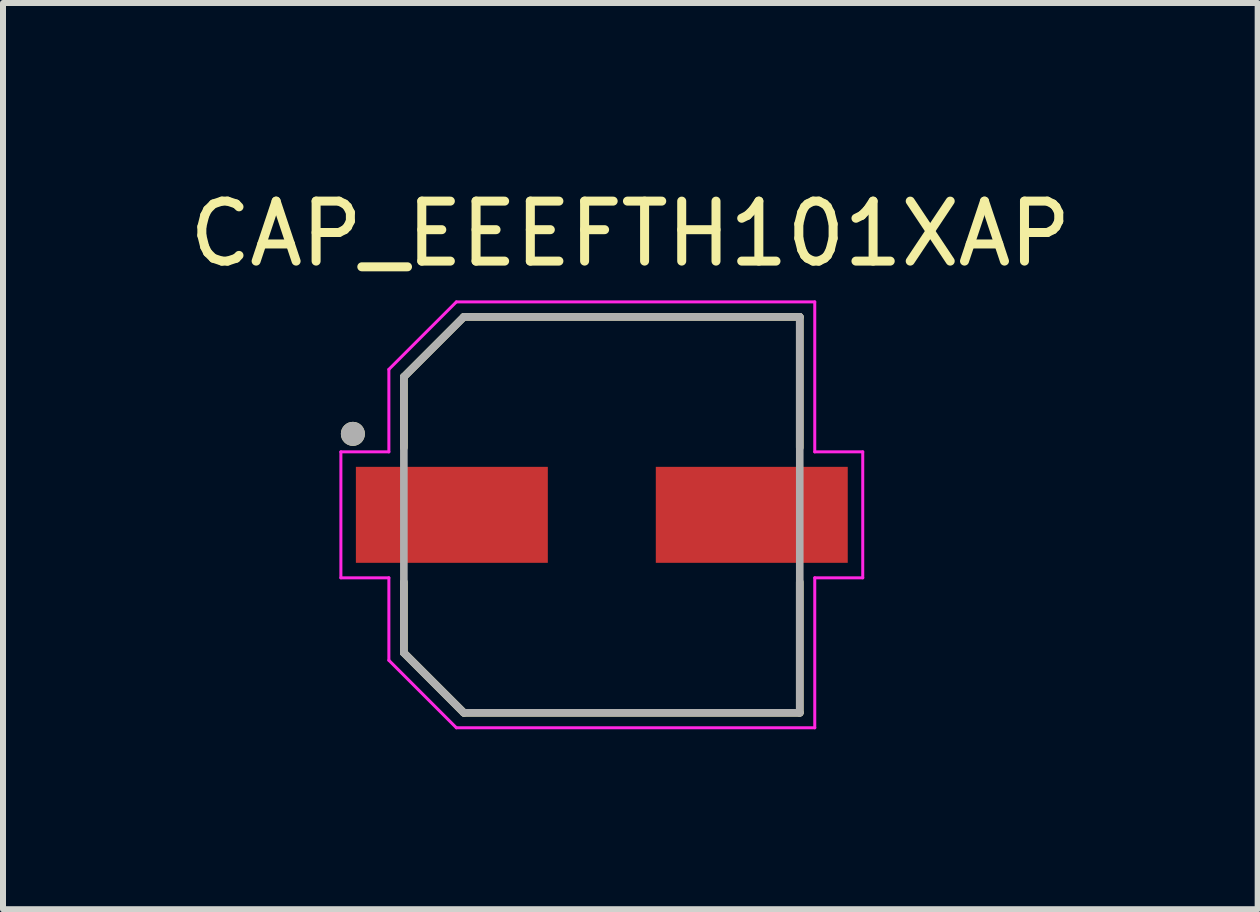
<source format=kicad_pcb>
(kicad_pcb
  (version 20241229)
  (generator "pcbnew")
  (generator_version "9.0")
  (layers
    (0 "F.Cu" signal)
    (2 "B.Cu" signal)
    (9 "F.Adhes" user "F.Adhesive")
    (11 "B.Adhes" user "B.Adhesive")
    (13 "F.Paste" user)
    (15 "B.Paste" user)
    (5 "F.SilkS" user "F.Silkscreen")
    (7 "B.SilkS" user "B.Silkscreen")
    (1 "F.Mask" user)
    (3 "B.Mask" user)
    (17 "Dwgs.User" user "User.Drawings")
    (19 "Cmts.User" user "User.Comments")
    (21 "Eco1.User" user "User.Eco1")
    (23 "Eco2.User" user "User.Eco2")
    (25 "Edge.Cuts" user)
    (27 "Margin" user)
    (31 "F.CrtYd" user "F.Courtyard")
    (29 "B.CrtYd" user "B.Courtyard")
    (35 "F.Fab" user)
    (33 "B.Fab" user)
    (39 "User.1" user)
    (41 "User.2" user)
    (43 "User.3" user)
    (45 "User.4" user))
  (footprint "CAP_EEEFTH101XAP"
    (layer "F.Cu")
    (at 6.983 5.533)
    (property "Reference" "CAP_EEEFTH101XAP" (at 0.475 -4.685 0) (layer "F.SilkS") (effects (font (size 1 1) (thickness 0.15))))
    (attr smd)
    (fp_line (start -3.3 -2.3) (end -3.3 -1.12) (stroke (width 0.127) (type solid)) (layer "F.SilkS"))
    (fp_line (start -3.3 1.12) (end -3.3 2.3) (stroke (width 0.127) (type solid)) (layer "F.SilkS"))
    (fp_line (start -3.3 2.3) (end -2.3 3.3) (stroke (width 0.127) (type solid)) (layer "F.SilkS"))
    (fp_line (start -2.3 -3.3) (end -3.3 -2.3) (stroke (width 0.127) (type solid)) (layer "F.SilkS"))
    (fp_line (start -2.3 3.3) (end 3.3 3.3) (stroke (width 0.127) (type solid)) (layer "F.SilkS"))
    (fp_line (start 3.3 -3.3) (end -2.3 -3.3) (stroke (width 0.127) (type solid)) (layer "F.SilkS"))
    (fp_line (start 3.3 -1.12) (end 3.3 -3.3) (stroke (width 0.127) (type solid)) (layer "F.SilkS"))
    (fp_line (start 3.3 3.3) (end 3.3 1.12) (stroke (width 0.127) (type solid)) (layer "F.SilkS"))
    (fp_circle (center -4.15 -1.35) (end -4.05 -1.35) (stroke (width 0.2) (type solid)) (fill no) (layer "F.SilkS"))
    (fp_line (start -4.35 -1.05) (end -3.55 -1.05) (stroke (width 0.05) (type solid)) (layer "F.CrtYd"))
    (fp_line (start -4.35 1.05) (end -4.35 -1.05) (stroke (width 0.05) (type solid)) (layer "F.CrtYd"))
    (fp_line (start -3.55 -2.425) (end -2.425 -3.55) (stroke (width 0.05) (type solid)) (layer "F.CrtYd"))
    (fp_line (start -3.55 -1.05) (end -3.55 -2.425) (stroke (width 0.05) (type solid)) (layer "F.CrtYd"))
    (fp_line (start -3.55 1.05) (end -4.35 1.05) (stroke (width 0.05) (type solid)) (layer "F.CrtYd"))
    (fp_line (start -3.55 2.425) (end -3.55 1.05) (stroke (width 0.05) (type solid)) (layer "F.CrtYd"))
    (fp_line (start -2.425 -3.55) (end 3.55 -3.55) (stroke (width 0.05) (type solid)) (layer "F.CrtYd"))
    (fp_line (start -2.425 3.55) (end -3.55 2.425) (stroke (width 0.05) (type solid)) (layer "F.CrtYd"))
    (fp_line (start 3.55 -3.55) (end 3.55 -1.05) (stroke (width 0.05) (type solid)) (layer "F.CrtYd"))
    (fp_line (start 3.55 -1.05) (end 4.35 -1.05) (stroke (width 0.05) (type solid)) (layer "F.CrtYd"))
    (fp_line (start 3.55 1.05) (end 3.55 3.55) (stroke (width 0.05) (type solid)) (layer "F.CrtYd"))
    (fp_line (start 3.55 3.55) (end -2.425 3.55) (stroke (width 0.05) (type solid)) (layer "F.CrtYd"))
    (fp_line (start 4.35 -1.05) (end 4.35 1.05) (stroke (width 0.05) (type solid)) (layer "F.CrtYd"))
    (fp_line (start 4.35 1.05) (end 3.55 1.05) (stroke (width 0.05) (type solid)) (layer "F.CrtYd"))
    (fp_line (start -3.3 -2.3) (end -3.3 2.3) (stroke (width 0.127) (type solid)) (layer "F.Fab"))
    (fp_line (start -3.3 2.3) (end -2.3 3.3) (stroke (width 0.127) (type solid)) (layer "F.Fab"))
    (fp_line (start -2.3 -3.3) (end -3.3 -2.3) (stroke (width 0.127) (type solid)) (layer "F.Fab"))
    (fp_line (start -2.3 3.3) (end 3.3 3.3) (stroke (width 0.127) (type solid)) (layer "F.Fab"))
    (fp_line (start 3.3 -3.3) (end -2.3 -3.3) (stroke (width 0.127) (type solid)) (layer "F.Fab"))
    (fp_line (start 3.3 3.3) (end 3.3 -3.3) (stroke (width 0.127) (type solid)) (layer "F.Fab"))
    (fp_circle (center -4.15 -1.35) (end -4.05 -1.35) (stroke (width 0.2) (type solid)) (fill no) (layer "F.Fab"))
    (pad "1" smd rect (at -2.5 0) (size 3.2 1.6) (layers "F.Cu" "F.Mask" "F.Paste"))
    (pad "2" smd rect (at 2.5 0) (size 3.2 1.6) (layers "F.Cu" "F.Mask" "F.Paste")))
  (gr_rect
    (start -3 -3)
    (end 17.917 12.108)
    (stroke (width 0.1) (type default))
    (fill no)
    (layer "Edge.Cuts")))
</source>
